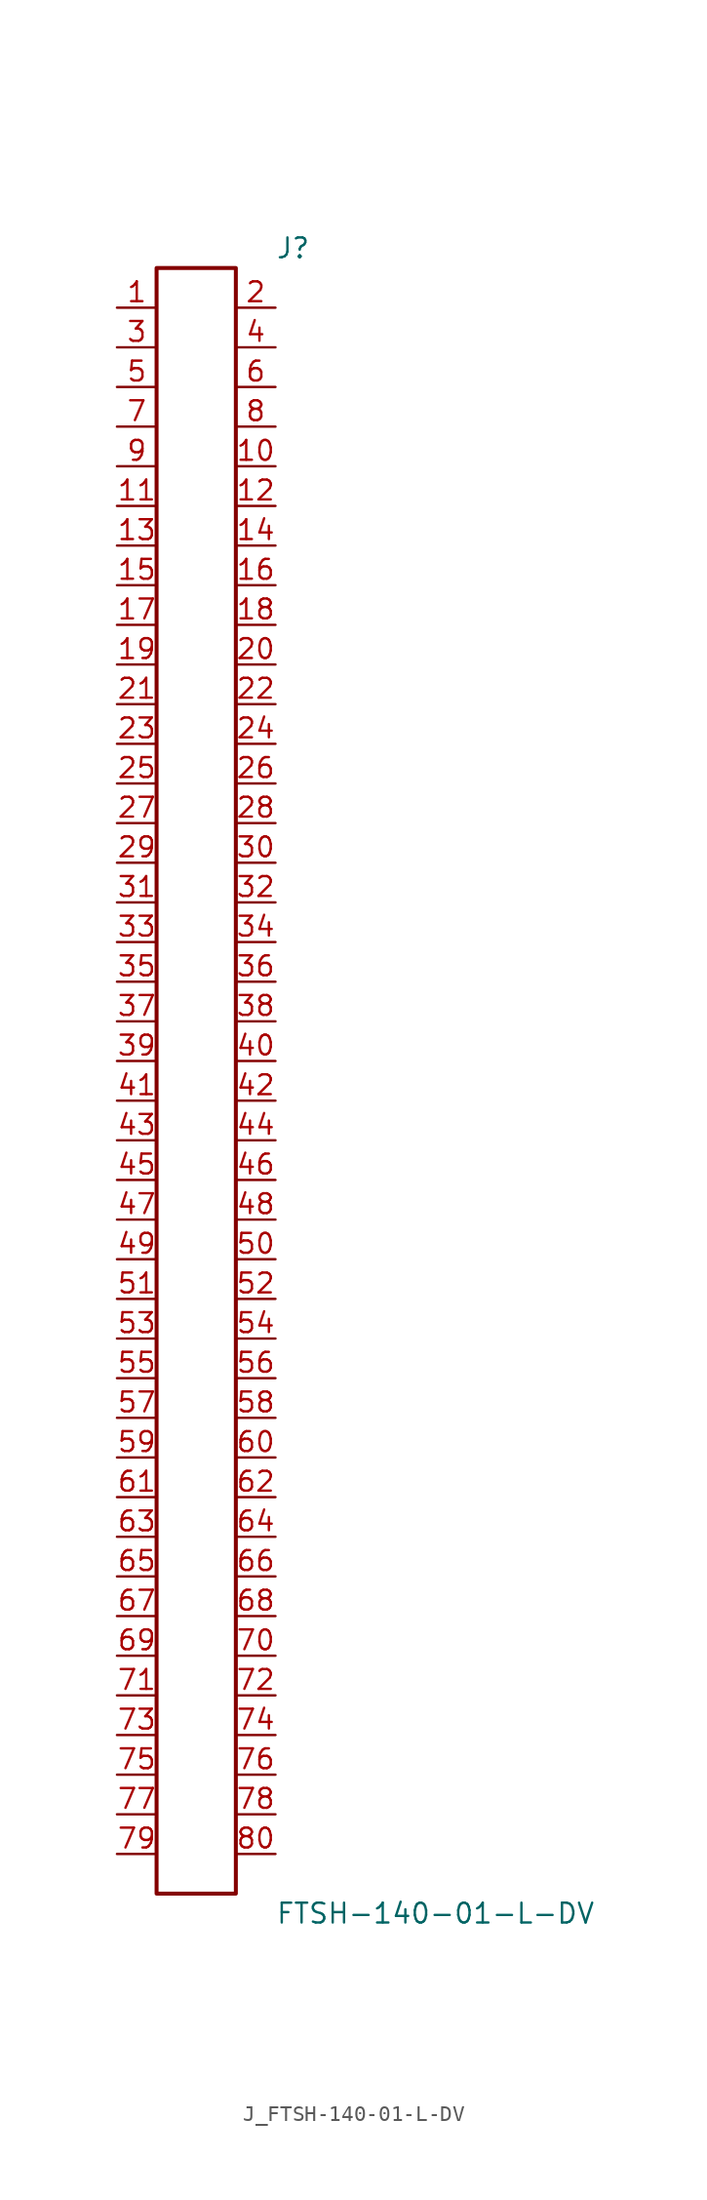
<source format=kicad_sym>
(kicad_symbol_lib
  (version 20231120)
  (generator kicad_symbol_editor)
  (generator_version 8.0)
  (symbol "J_FTSH-140-01-L-DV"
    (pin_names
      (offset 0.254))
    (property "Reference" "J"
      (at 5.08 53.34 0)
      (effects (font (size 1.27 1.27)) (justify left)))
    (property "Value" "FTSH-140-01-L-DV"
      (at 5.08 -53.34 0)
      (effects (font (size 1.27 1.27)) (justify left)))
    (symbol "J_FTSH-140-01-L-DV_0_0"
      (pin passive line (at -5.08 49.53 0) (length 2.54) (name "" (effects (font (size 1.27 1.27)))) (number "1" (effects (font (size 1.27 1.27)))))
      (pin passive line (at 5.08 49.53 180) (length 2.54) (name "" (effects (font (size 1.27 1.27)))) (number "2" (effects (font (size 1.27 1.27)))))
      (pin passive line (at -5.08 46.99 0) (length 2.54) (name "" (effects (font (size 1.27 1.27)))) (number "3" (effects (font (size 1.27 1.27)))))
      (pin passive line (at 5.08 46.99 180) (length 2.54) (name "" (effects (font (size 1.27 1.27)))) (number "4" (effects (font (size 1.27 1.27)))))
      (pin passive line (at -5.08 44.45 0) (length 2.54) (name "" (effects (font (size 1.27 1.27)))) (number "5" (effects (font (size 1.27 1.27)))))
      (pin passive line (at 5.08 44.45 180) (length 2.54) (name "" (effects (font (size 1.27 1.27)))) (number "6" (effects (font (size 1.27 1.27)))))
      (pin passive line (at -5.08 41.91 0) (length 2.54) (name "" (effects (font (size 1.27 1.27)))) (number "7" (effects (font (size 1.27 1.27)))))
      (pin passive line (at 5.08 41.91 180) (length 2.54) (name "" (effects (font (size 1.27 1.27)))) (number "8" (effects (font (size 1.27 1.27)))))
      (pin passive line (at -5.08 39.37 0) (length 2.54) (name "" (effects (font (size 1.27 1.27)))) (number "9" (effects (font (size 1.27 1.27)))))
      (pin passive line (at 5.08 39.37 180) (length 2.54) (name "" (effects (font (size 1.27 1.27)))) (number "10" (effects (font (size 1.27 1.27)))))
      (pin passive line (at -5.08 36.83 0) (length 2.54) (name "" (effects (font (size 1.27 1.27)))) (number "11" (effects (font (size 1.27 1.27)))))
      (pin passive line (at 5.08 36.83 180) (length 2.54) (name "" (effects (font (size 1.27 1.27)))) (number "12" (effects (font (size 1.27 1.27)))))
      (pin passive line (at -5.08 34.29 0) (length 2.54) (name "" (effects (font (size 1.27 1.27)))) (number "13" (effects (font (size 1.27 1.27)))))
      (pin passive line (at 5.08 34.29 180) (length 2.54) (name "" (effects (font (size 1.27 1.27)))) (number "14" (effects (font (size 1.27 1.27)))))
      (pin passive line (at -5.08 31.75 0) (length 2.54) (name "" (effects (font (size 1.27 1.27)))) (number "15" (effects (font (size 1.27 1.27)))))
      (pin passive line (at 5.08 31.75 180) (length 2.54) (name "" (effects (font (size 1.27 1.27)))) (number "16" (effects (font (size 1.27 1.27)))))
      (pin passive line (at -5.08 29.21 0) (length 2.54) (name "" (effects (font (size 1.27 1.27)))) (number "17" (effects (font (size 1.27 1.27)))))
      (pin passive line (at 5.08 29.21 180) (length 2.54) (name "" (effects (font (size 1.27 1.27)))) (number "18" (effects (font (size 1.27 1.27)))))
      (pin passive line (at -5.08 26.67 0) (length 2.54) (name "" (effects (font (size 1.27 1.27)))) (number "19" (effects (font (size 1.27 1.27)))))
      (pin passive line (at 5.08 26.67 180) (length 2.54) (name "" (effects (font (size 1.27 1.27)))) (number "20" (effects (font (size 1.27 1.27)))))
      (pin passive line (at -5.08 24.13 0) (length 2.54) (name "" (effects (font (size 1.27 1.27)))) (number "21" (effects (font (size 1.27 1.27)))))
      (pin passive line (at 5.08 24.13 180) (length 2.54) (name "" (effects (font (size 1.27 1.27)))) (number "22" (effects (font (size 1.27 1.27)))))
      (pin passive line (at -5.08 21.59 0) (length 2.54) (name "" (effects (font (size 1.27 1.27)))) (number "23" (effects (font (size 1.27 1.27)))))
      (pin passive line (at 5.08 21.59 180) (length 2.54) (name "" (effects (font (size 1.27 1.27)))) (number "24" (effects (font (size 1.27 1.27)))))
      (pin passive line (at -5.08 19.05 0) (length 2.54) (name "" (effects (font (size 1.27 1.27)))) (number "25" (effects (font (size 1.27 1.27)))))
      (pin passive line (at 5.08 19.05 180) (length 2.54) (name "" (effects (font (size 1.27 1.27)))) (number "26" (effects (font (size 1.27 1.27)))))
      (pin passive line (at -5.08 16.51 0) (length 2.54) (name "" (effects (font (size 1.27 1.27)))) (number "27" (effects (font (size 1.27 1.27)))))
      (pin passive line (at 5.08 16.51 180) (length 2.54) (name "" (effects (font (size 1.27 1.27)))) (number "28" (effects (font (size 1.27 1.27)))))
      (pin passive line (at -5.08 13.97 0) (length 2.54) (name "" (effects (font (size 1.27 1.27)))) (number "29" (effects (font (size 1.27 1.27)))))
      (pin passive line (at 5.08 13.97 180) (length 2.54) (name "" (effects (font (size 1.27 1.27)))) (number "30" (effects (font (size 1.27 1.27)))))
      (pin passive line (at -5.08 11.43 0) (length 2.54) (name "" (effects (font (size 1.27 1.27)))) (number "31" (effects (font (size 1.27 1.27)))))
      (pin passive line (at 5.08 11.43 180) (length 2.54) (name "" (effects (font (size 1.27 1.27)))) (number "32" (effects (font (size 1.27 1.27)))))
      (pin passive line (at -5.08 8.89 0) (length 2.54) (name "" (effects (font (size 1.27 1.27)))) (number "33" (effects (font (size 1.27 1.27)))))
      (pin passive line (at 5.08 8.89 180) (length 2.54) (name "" (effects (font (size 1.27 1.27)))) (number "34" (effects (font (size 1.27 1.27)))))
      (pin passive line (at -5.08 6.35 0) (length 2.54) (name "" (effects (font (size 1.27 1.27)))) (number "35" (effects (font (size 1.27 1.27)))))
      (pin passive line (at 5.08 6.35 180) (length 2.54) (name "" (effects (font (size 1.27 1.27)))) (number "36" (effects (font (size 1.27 1.27)))))
      (pin passive line (at -5.08 3.81 0) (length 2.54) (name "" (effects (font (size 1.27 1.27)))) (number "37" (effects (font (size 1.27 1.27)))))
      (pin passive line (at 5.08 3.81 180) (length 2.54) (name "" (effects (font (size 1.27 1.27)))) (number "38" (effects (font (size 1.27 1.27)))))
      (pin passive line (at -5.08 1.27 0) (length 2.54) (name "" (effects (font (size 1.27 1.27)))) (number "39" (effects (font (size 1.27 1.27)))))
      (pin passive line (at 5.08 1.27 180) (length 2.54) (name "" (effects (font (size 1.27 1.27)))) (number "40" (effects (font (size 1.27 1.27)))))
      (pin passive line (at -5.08 -1.27 0) (length 2.54) (name "" (effects (font (size 1.27 1.27)))) (number "41" (effects (font (size 1.27 1.27)))))
      (pin passive line (at 5.08 -1.27 180) (length 2.54) (name "" (effects (font (size 1.27 1.27)))) (number "42" (effects (font (size 1.27 1.27)))))
      (pin passive line (at -5.08 -3.81 0) (length 2.54) (name "" (effects (font (size 1.27 1.27)))) (number "43" (effects (font (size 1.27 1.27)))))
      (pin passive line (at 5.08 -3.81 180) (length 2.54) (name "" (effects (font (size 1.27 1.27)))) (number "44" (effects (font (size 1.27 1.27)))))
      (pin passive line (at -5.08 -6.35 0) (length 2.54) (name "" (effects (font (size 1.27 1.27)))) (number "45" (effects (font (size 1.27 1.27)))))
      (pin passive line (at 5.08 -6.35 180) (length 2.54) (name "" (effects (font (size 1.27 1.27)))) (number "46" (effects (font (size 1.27 1.27)))))
      (pin passive line (at -5.08 -8.89 0) (length 2.54) (name "" (effects (font (size 1.27 1.27)))) (number "47" (effects (font (size 1.27 1.27)))))
      (pin passive line (at 5.08 -8.89 180) (length 2.54) (name "" (effects (font (size 1.27 1.27)))) (number "48" (effects (font (size 1.27 1.27)))))
      (pin passive line (at -5.08 -11.43 0) (length 2.54) (name "" (effects (font (size 1.27 1.27)))) (number "49" (effects (font (size 1.27 1.27)))))
      (pin passive line (at 5.08 -11.43 180) (length 2.54) (name "" (effects (font (size 1.27 1.27)))) (number "50" (effects (font (size 1.27 1.27)))))
      (pin passive line (at -5.08 -13.97 0) (length 2.54) (name "" (effects (font (size 1.27 1.27)))) (number "51" (effects (font (size 1.27 1.27)))))
      (pin passive line (at 5.08 -13.97 180) (length 2.54) (name "" (effects (font (size 1.27 1.27)))) (number "52" (effects (font (size 1.27 1.27)))))
      (pin passive line (at -5.08 -16.51 0) (length 2.54) (name "" (effects (font (size 1.27 1.27)))) (number "53" (effects (font (size 1.27 1.27)))))
      (pin passive line (at 5.08 -16.51 180) (length 2.54) (name "" (effects (font (size 1.27 1.27)))) (number "54" (effects (font (size 1.27 1.27)))))
      (pin passive line (at -5.08 -19.05 0) (length 2.54) (name "" (effects (font (size 1.27 1.27)))) (number "55" (effects (font (size 1.27 1.27)))))
      (pin passive line (at 5.08 -19.05 180) (length 2.54) (name "" (effects (font (size 1.27 1.27)))) (number "56" (effects (font (size 1.27 1.27)))))
      (pin passive line (at -5.08 -21.59 0) (length 2.54) (name "" (effects (font (size 1.27 1.27)))) (number "57" (effects (font (size 1.27 1.27)))))
      (pin passive line (at 5.08 -21.59 180) (length 2.54) (name "" (effects (font (size 1.27 1.27)))) (number "58" (effects (font (size 1.27 1.27)))))
      (pin passive line (at -5.08 -24.13 0) (length 2.54) (name "" (effects (font (size 1.27 1.27)))) (number "59" (effects (font (size 1.27 1.27)))))
      (pin passive line (at 5.08 -24.13 180) (length 2.54) (name "" (effects (font (size 1.27 1.27)))) (number "60" (effects (font (size 1.27 1.27)))))
      (pin passive line (at -5.08 -26.67 0) (length 2.54) (name "" (effects (font (size 1.27 1.27)))) (number "61" (effects (font (size 1.27 1.27)))))
      (pin passive line (at 5.08 -26.67 180) (length 2.54) (name "" (effects (font (size 1.27 1.27)))) (number "62" (effects (font (size 1.27 1.27)))))
      (pin passive line (at -5.08 -29.21 0) (length 2.54) (name "" (effects (font (size 1.27 1.27)))) (number "63" (effects (font (size 1.27 1.27)))))
      (pin passive line (at 5.08 -29.21 180) (length 2.54) (name "" (effects (font (size 1.27 1.27)))) (number "64" (effects (font (size 1.27 1.27)))))
      (pin passive line (at -5.08 -31.75 0) (length 2.54) (name "" (effects (font (size 1.27 1.27)))) (number "65" (effects (font (size 1.27 1.27)))))
      (pin passive line (at 5.08 -31.75 180) (length 2.54) (name "" (effects (font (size 1.27 1.27)))) (number "66" (effects (font (size 1.27 1.27)))))
      (pin passive line (at -5.08 -34.29 0) (length 2.54) (name "" (effects (font (size 1.27 1.27)))) (number "67" (effects (font (size 1.27 1.27)))))
      (pin passive line (at 5.08 -34.29 180) (length 2.54) (name "" (effects (font (size 1.27 1.27)))) (number "68" (effects (font (size 1.27 1.27)))))
      (pin passive line (at -5.08 -36.83 0) (length 2.54) (name "" (effects (font (size 1.27 1.27)))) (number "69" (effects (font (size 1.27 1.27)))))
      (pin passive line (at 5.08 -36.83 180) (length 2.54) (name "" (effects (font (size 1.27 1.27)))) (number "70" (effects (font (size 1.27 1.27)))))
      (pin passive line (at -5.08 -39.37 0) (length 2.54) (name "" (effects (font (size 1.27 1.27)))) (number "71" (effects (font (size 1.27 1.27)))))
      (pin passive line (at 5.08 -39.37 180) (length 2.54) (name "" (effects (font (size 1.27 1.27)))) (number "72" (effects (font (size 1.27 1.27)))))
      (pin passive line (at -5.08 -41.91 0) (length 2.54) (name "" (effects (font (size 1.27 1.27)))) (number "73" (effects (font (size 1.27 1.27)))))
      (pin passive line (at 5.08 -41.91 180) (length 2.54) (name "" (effects (font (size 1.27 1.27)))) (number "74" (effects (font (size 1.27 1.27)))))
      (pin passive line (at -5.08 -44.45 0) (length 2.54) (name "" (effects (font (size 1.27 1.27)))) (number "75" (effects (font (size 1.27 1.27)))))
      (pin passive line (at 5.08 -44.45 180) (length 2.54) (name "" (effects (font (size 1.27 1.27)))) (number "76" (effects (font (size 1.27 1.27)))))
      (pin passive line (at -5.08 -46.99 0) (length 2.54) (name "" (effects (font (size 1.27 1.27)))) (number "77" (effects (font (size 1.27 1.27)))))
      (pin passive line (at 5.08 -46.99 180) (length 2.54) (name "" (effects (font (size 1.27 1.27)))) (number "78" (effects (font (size 1.27 1.27)))))
      (pin passive line (at -5.08 -49.53 0) (length 2.54) (name "" (effects (font (size 1.27 1.27)))) (number "79" (effects (font (size 1.27 1.27)))))
      (pin passive line (at 5.08 -49.53 180) (length 2.54) (name "" (effects (font (size 1.27 1.27)))) (number "80" (effects (font (size 1.27 1.27))))))
    (symbol "J_FTSH-140-01-L-DV_1_0"
      (rectangle (start -2.54 52.07) (end 2.54 -52.07) (stroke (width 0.254) (type solid)) (fill (type none))))))
</source>
